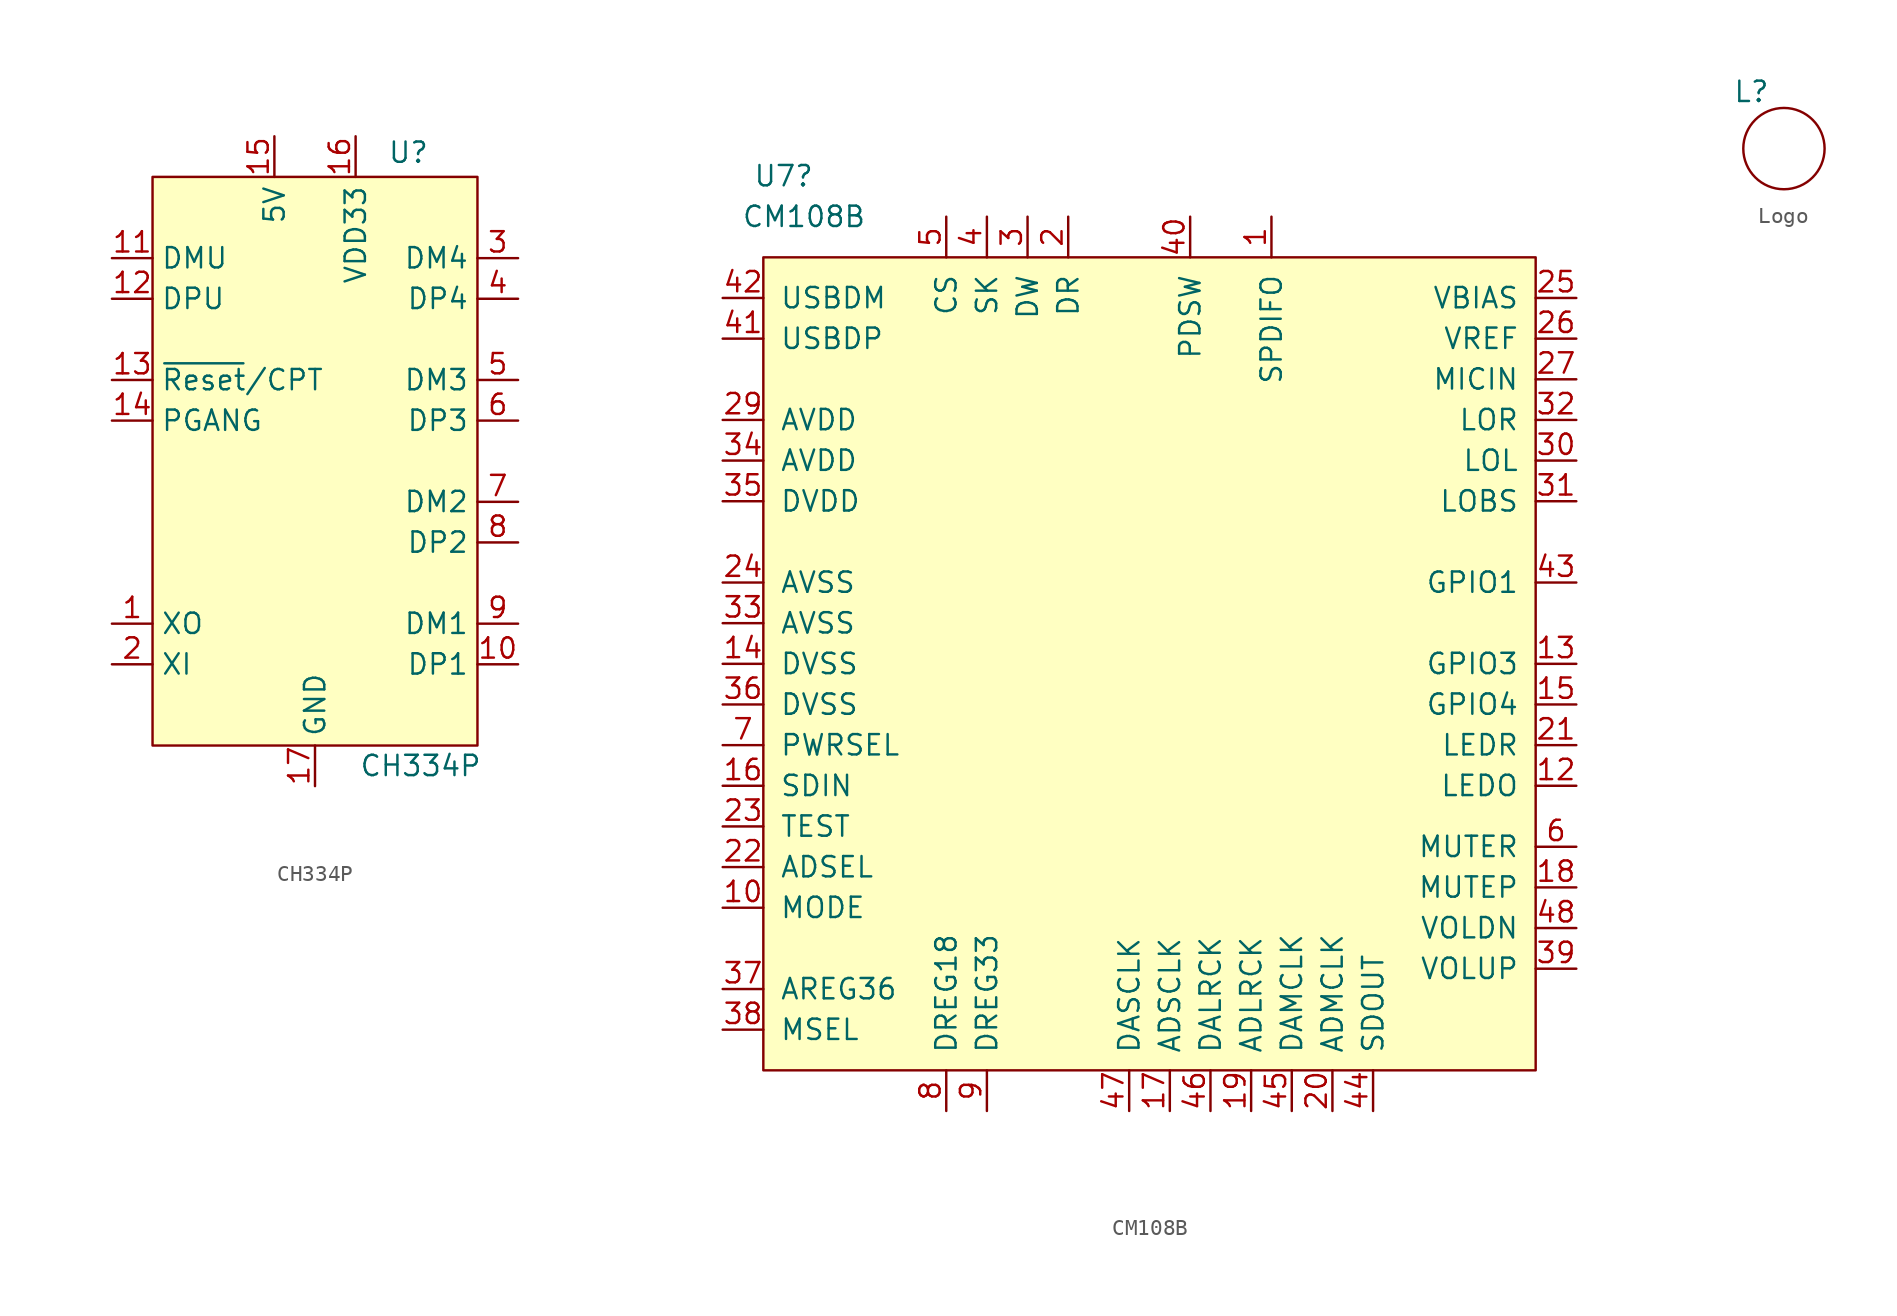
<source format=kicad_sym>
(kicad_symbol_lib
  (version 20231120)
  (generator "kicad_symbol_editor")
  (generator_version "8.0")
  (symbol "CH334P"
    (property "Reference" "U"
      (at 5.842 19.304 0)
      (effects (font (size 1.27 1.27))))
    (property "Value" "CH334P"
      (at 6.604 -19.05 0)
      (effects (font (size 1.27 1.27))))
    (symbol "CH334P_1_1"
      (rectangle (start -10.16 17.78) (end 10.16 -17.78) (stroke (width 0) (type default)) (fill (type background)))
      (pin input line (at -12.7 -10.16 0) (length 2.54) (name "XO" (effects (font (size 1.27 1.27)))) (number "1" (effects (font (size 1.27 1.27)))))
      (pin bidirectional line (at 12.7 -12.7 180) (length 2.54) (name "DP1" (effects (font (size 1.27 1.27)))) (number "10" (effects (font (size 1.27 1.27)))))
      (pin bidirectional line (at -12.7 12.7 0) (length 2.54) (name "DMU" (effects (font (size 1.27 1.27)))) (number "11" (effects (font (size 1.27 1.27)))))
      (pin bidirectional line (at -12.7 10.16 0) (length 2.54) (name "DPU" (effects (font (size 1.27 1.27)))) (number "12" (effects (font (size 1.27 1.27)))))
      (pin bidirectional line (at -12.7 5.08 0) (length 2.54) (name "~{Reset}/CPT" (effects (font (size 1.27 1.27)))) (number "13" (effects (font (size 1.27 1.27)))))
      (pin bidirectional line (at -12.7 2.54 0) (length 2.54) (name "PGANG" (effects (font (size 1.27 1.27)))) (number "14" (effects (font (size 1.27 1.27)))))
      (pin bidirectional line (at -2.54 20.32 270) (length 2.54) (name "5V" (effects (font (size 1.27 1.27)))) (number "15" (effects (font (size 1.27 1.27)))))
      (pin bidirectional line (at 2.54 20.32 270) (length 2.54) (name "VDD33" (effects (font (size 1.27 1.27)))) (number "16" (effects (font (size 1.27 1.27)))))
      (pin bidirectional line (at 0 -20.32 90) (length 2.54) (name "GND" (effects (font (size 1.27 1.27)))) (number "17" (effects (font (size 1.27 1.27)))))
      (pin input line (at -12.7 -12.7 0) (length 2.54) (name "XI" (effects (font (size 1.27 1.27)))) (number "2" (effects (font (size 1.27 1.27)))))
      (pin bidirectional line (at 12.7 12.7 180) (length 2.54) (name "DM4" (effects (font (size 1.27 1.27)))) (number "3" (effects (font (size 1.27 1.27)))))
      (pin bidirectional line (at 12.7 10.16 180) (length 2.54) (name "DP4" (effects (font (size 1.27 1.27)))) (number "4" (effects (font (size 1.27 1.27)))))
      (pin bidirectional line (at 12.7 5.08 180) (length 2.54) (name "DM3" (effects (font (size 1.27 1.27)))) (number "5" (effects (font (size 1.27 1.27)))))
      (pin bidirectional line (at 12.7 2.54 180) (length 2.54) (name "DP3" (effects (font (size 1.27 1.27)))) (number "6" (effects (font (size 1.27 1.27)))))
      (pin bidirectional line (at 12.7 -2.54 180) (length 2.54) (name "DM2" (effects (font (size 1.27 1.27)))) (number "7" (effects (font (size 1.27 1.27)))))
      (pin bidirectional line (at 12.7 -5.08 180) (length 2.54) (name "DP2" (effects (font (size 1.27 1.27)))) (number "8" (effects (font (size 1.27 1.27)))))
      (pin bidirectional line (at 12.7 -10.16 180) (length 2.54) (name "DM1" (effects (font (size 1.27 1.27)))) (number "9" (effects (font (size 1.27 1.27)))))))
  (symbol "CM108B"
    (pin_names
      (offset 1.016))
    (property "Reference" "U7"
      (at -11.43 2.54 0)
      (effects (font (size 1.27 1.27))))
    (property "Value" "CM108B"
      (at -10.16 0 0)
      (effects (font (size 1.27 1.27))))
    (symbol "CM108B_0_0"
      (pin output line (at 19.05 0 270) (length 2.54) (name "SPDIFO" (effects (font (size 1.27 1.27)))) (number "1" (effects (font (size 1.27 1.27)))))
      (pin input line (at -15.24 -43.18 0) (length 2.54) (name "MODE" (effects (font (size 1.27 1.27)))) (number "10" (effects (font (size 1.27 1.27)))))
      (pin output line (at 38.1 -35.56 180) (length 2.54) (name "LEDO" (effects (font (size 1.27 1.27)))) (number "12" (effects (font (size 1.27 1.27)))))
      (pin bidirectional line (at 38.1 -27.94 180) (length 2.54) (name "GPIO3" (effects (font (size 1.27 1.27)))) (number "13" (effects (font (size 1.27 1.27)))))
      (pin power_in line (at -15.24 -27.94 0) (length 2.54) (name "DVSS" (effects (font (size 1.27 1.27)))) (number "14" (effects (font (size 1.27 1.27)))))
      (pin bidirectional line (at 38.1 -30.48 180) (length 2.54) (name "GPIO4" (effects (font (size 1.27 1.27)))) (number "15" (effects (font (size 1.27 1.27)))))
      (pin input line (at -15.24 -35.56 0) (length 2.54) (name "SDIN" (effects (font (size 1.27 1.27)))) (number "16" (effects (font (size 1.27 1.27)))))
      (pin input line (at 38.1 -41.91 180) (length 2.54) (name "MUTEP" (effects (font (size 1.27 1.27)))) (number "18" (effects (font (size 1.27 1.27)))))
      (pin input line (at 17.78 -55.88 90) (length 2.54) (name "ADLRCK" (effects (font (size 1.27 1.27)))) (number "19" (effects (font (size 1.27 1.27)))))
      (pin output line (at 6.35 0 270) (length 2.54) (name "DR" (effects (font (size 1.27 1.27)))) (number "2" (effects (font (size 1.27 1.27)))))
      (pin output line (at 22.86 -55.88 90) (length 2.54) (name "ADMCLK" (effects (font (size 1.27 1.27)))) (number "20" (effects (font (size 1.27 1.27)))))
      (pin output line (at 38.1 -33.02 180) (length 2.54) (name "LEDR" (effects (font (size 1.27 1.27)))) (number "21" (effects (font (size 1.27 1.27)))))
      (pin input line (at -15.24 -40.64 0) (length 2.54) (name "ADSEL" (effects (font (size 1.27 1.27)))) (number "22" (effects (font (size 1.27 1.27)))))
      (pin input line (at -15.24 -38.1 0) (length 2.54) (name "TEST" (effects (font (size 1.27 1.27)))) (number "23" (effects (font (size 1.27 1.27)))))
      (pin power_in line (at -15.24 -22.86 0) (length 2.54) (name "AVSS" (effects (font (size 1.27 1.27)))) (number "24" (effects (font (size 1.27 1.27)))))
      (pin power_out line (at 38.1 -5.08 180) (length 2.54) (name "VBIAS" (effects (font (size 1.27 1.27)))) (number "25" (effects (font (size 1.27 1.27)))))
      (pin power_out line (at 38.1 -7.62 180) (length 2.54) (name "VREF" (effects (font (size 1.27 1.27)))) (number "26" (effects (font (size 1.27 1.27)))))
      (pin input line (at 38.1 -10.16 180) (length 2.54) (name "MICIN" (effects (font (size 1.27 1.27)))) (number "27" (effects (font (size 1.27 1.27)))))
      (pin power_in line (at -15.24 -12.7 0) (length 2.54) (name "AVDD" (effects (font (size 1.27 1.27)))) (number "29" (effects (font (size 1.27 1.27)))))
      (pin input line (at 3.81 0 270) (length 2.54) (name "DW" (effects (font (size 1.27 1.27)))) (number "3" (effects (font (size 1.27 1.27)))))
      (pin output line (at 38.1 -15.24 180) (length 2.54) (name "LOL" (effects (font (size 1.27 1.27)))) (number "30" (effects (font (size 1.27 1.27)))))
      (pin power_out line (at 38.1 -17.78 180) (length 2.54) (name "LOBS" (effects (font (size 1.27 1.27)))) (number "31" (effects (font (size 1.27 1.27)))))
      (pin output line (at 38.1 -12.7 180) (length 2.54) (name "LOR" (effects (font (size 1.27 1.27)))) (number "32" (effects (font (size 1.27 1.27)))))
      (pin input line (at -15.24 -25.4 0) (length 2.54) (name "AVSS" (effects (font (size 1.27 1.27)))) (number "33" (effects (font (size 1.27 1.27)))))
      (pin power_in line (at -15.24 -15.24 0) (length 2.54) (name "AVDD" (effects (font (size 1.27 1.27)))) (number "34" (effects (font (size 1.27 1.27)))))
      (pin power_in line (at -15.24 -17.78 0) (length 2.54) (name "DVDD" (effects (font (size 1.27 1.27)))) (number "35" (effects (font (size 1.27 1.27)))))
      (pin power_in line (at -15.24 -30.48 0) (length 2.54) (name "DVSS" (effects (font (size 1.27 1.27)))) (number "36" (effects (font (size 1.27 1.27)))))
      (pin input line (at -15.24 -50.8 0) (length 2.54) (name "MSEL" (effects (font (size 1.27 1.27)))) (number "38" (effects (font (size 1.27 1.27)))))
      (pin input line (at 38.1 -46.99 180) (length 2.54) (name "VOLUP" (effects (font (size 1.27 1.27)))) (number "39" (effects (font (size 1.27 1.27)))))
      (pin input line (at 1.27 0 270) (length 2.54) (name "SK" (effects (font (size 1.27 1.27)))) (number "4" (effects (font (size 1.27 1.27)))))
      (pin input line (at 13.97 0 270) (length 2.54) (name "PDSW" (effects (font (size 1.27 1.27)))) (number "40" (effects (font (size 1.27 1.27)))))
      (pin bidirectional line (at -15.24 -7.62 0) (length 2.54) (name "USBDP" (effects (font (size 1.27 1.27)))) (number "41" (effects (font (size 1.27 1.27)))))
      (pin bidirectional line (at -15.24 -5.08 0) (length 2.54) (name "USBDM" (effects (font (size 1.27 1.27)))) (number "42" (effects (font (size 1.27 1.27)))))
      (pin bidirectional line (at 38.1 -22.86 180) (length 2.54) (name "GPIO1" (effects (font (size 1.27 1.27)))) (number "43" (effects (font (size 1.27 1.27)))))
      (pin output line (at 25.4 -55.88 90) (length 2.54) (name "SDOUT" (effects (font (size 1.27 1.27)))) (number "44" (effects (font (size 1.27 1.27)))))
      (pin output line (at 20.32 -55.88 90) (length 2.54) (name "DAMCLK" (effects (font (size 1.27 1.27)))) (number "45" (effects (font (size 1.27 1.27)))))
      (pin input line (at 15.24 -55.88 90) (length 2.54) (name "DALRCK" (effects (font (size 1.27 1.27)))) (number "46" (effects (font (size 1.27 1.27)))))
      (pin input line (at 10.16 -55.88 90) (length 2.54) (name "DASCLK" (effects (font (size 1.27 1.27)))) (number "47" (effects (font (size 1.27 1.27)))))
      (pin input line (at 38.1 -44.45 180) (length 2.54) (name "VOLDN" (effects (font (size 1.27 1.27)))) (number "48" (effects (font (size 1.27 1.27)))))
      (pin input line (at -1.27 0 270) (length 2.54) (name "CS" (effects (font (size 1.27 1.27)))) (number "5" (effects (font (size 1.27 1.27)))))
      (pin input line (at 38.1 -39.37 180) (length 2.54) (name "MUTER" (effects (font (size 1.27 1.27)))) (number "6" (effects (font (size 1.27 1.27)))))
      (pin input line (at -15.24 -33.02 0) (length 2.54) (name "PWRSEL" (effects (font (size 1.27 1.27)))) (number "7" (effects (font (size 1.27 1.27))))))
    (symbol "CM108B_0_1"
      (rectangle (start -12.7 -2.54) (end 35.56 -53.34) (stroke (width 0) (type default)) (fill (type background))))
    (symbol "CM108B_1_0"
      (pin no_connect line (at 38.1 -25.4 180) (length 2.54) hide (name "-" (effects (font (size 1.27 1.27)))) (number "11" (effects (font (size 1.27 1.27)))))
      (pin input line (at 12.7 -55.88 90) (length 2.54) (name "ADSCLK" (effects (font (size 1.27 1.27)))) (number "17" (effects (font (size 1.27 1.27)))))
      (pin no_connect line (at -15.24 -45.72 0) (length 2.54) hide (name "-" (effects (font (size 1.27 1.27)))) (number "28" (effects (font (size 1.27 1.27)))))
      (pin power_in line (at -15.24 -48.26 0) (length 2.54) (name "AREG36" (effects (font (size 1.27 1.27)))) (number "37" (effects (font (size 1.27 1.27)))))
      (pin output line (at -1.27 -55.88 90) (length 2.54) (name "DREG18" (effects (font (size 1.27 1.27)))) (number "8" (effects (font (size 1.27 1.27)))))
      (pin output line (at 1.27 -55.88 90) (length 2.54) (name "DREG33" (effects (font (size 1.27 1.27)))) (number "9" (effects (font (size 1.27 1.27)))))))
  (symbol "Logo"
    (property "Reference" "L"
      (at -2.032 3.556 0)
      (effects (font (size 1.27 1.27))))
    (property "Value" ""
      (at 0 0 0)
      (effects (font (size 1.27 1.27))))
    (symbol "Logo_0_1"
      (circle (center 0 0) (radius 2.54) (stroke (width 0) (type default)) (fill (type none))))))
</source>
